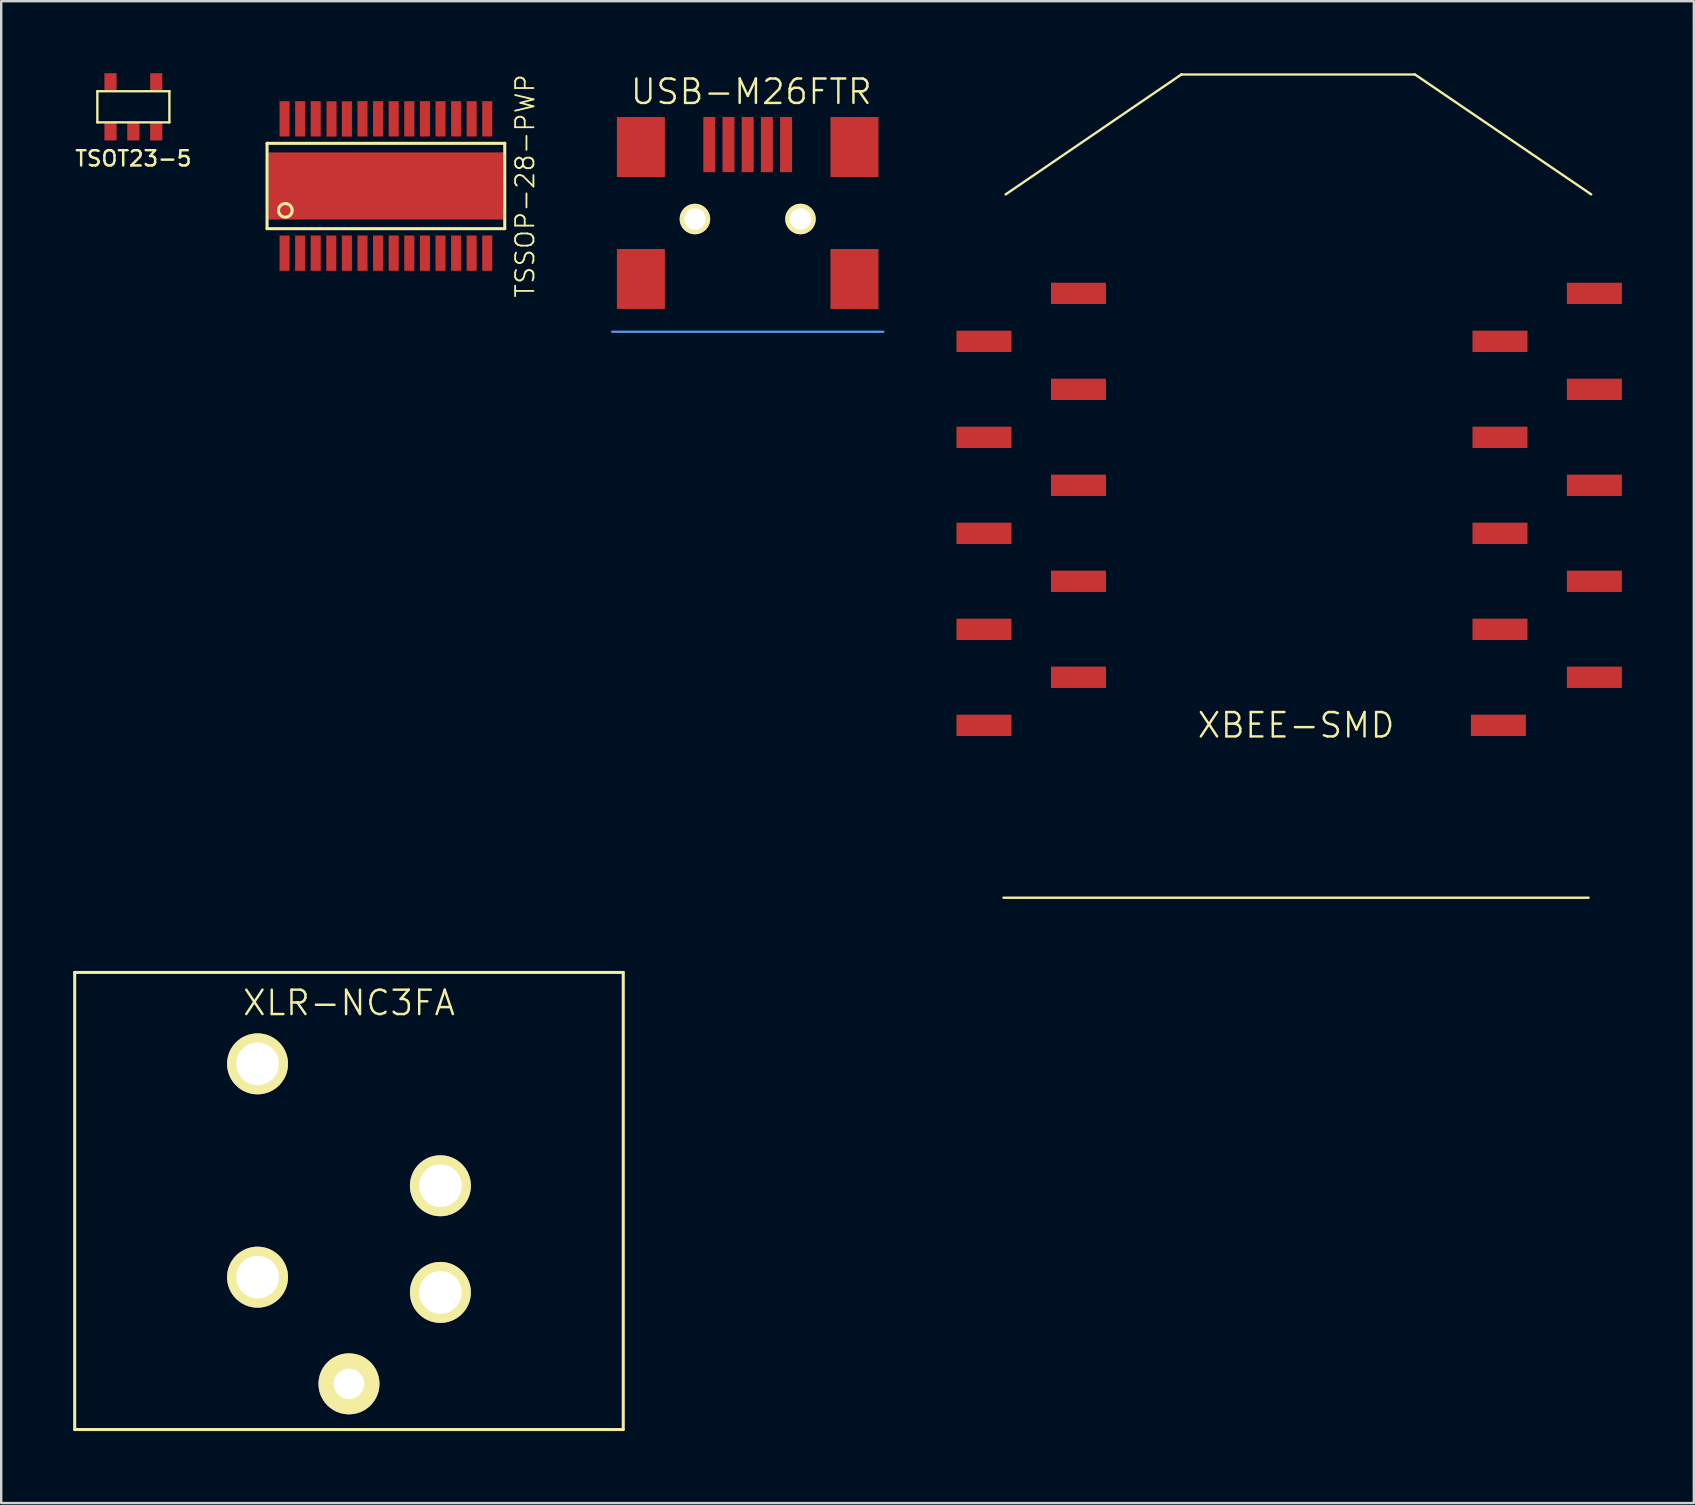
<source format=kicad_pcb>
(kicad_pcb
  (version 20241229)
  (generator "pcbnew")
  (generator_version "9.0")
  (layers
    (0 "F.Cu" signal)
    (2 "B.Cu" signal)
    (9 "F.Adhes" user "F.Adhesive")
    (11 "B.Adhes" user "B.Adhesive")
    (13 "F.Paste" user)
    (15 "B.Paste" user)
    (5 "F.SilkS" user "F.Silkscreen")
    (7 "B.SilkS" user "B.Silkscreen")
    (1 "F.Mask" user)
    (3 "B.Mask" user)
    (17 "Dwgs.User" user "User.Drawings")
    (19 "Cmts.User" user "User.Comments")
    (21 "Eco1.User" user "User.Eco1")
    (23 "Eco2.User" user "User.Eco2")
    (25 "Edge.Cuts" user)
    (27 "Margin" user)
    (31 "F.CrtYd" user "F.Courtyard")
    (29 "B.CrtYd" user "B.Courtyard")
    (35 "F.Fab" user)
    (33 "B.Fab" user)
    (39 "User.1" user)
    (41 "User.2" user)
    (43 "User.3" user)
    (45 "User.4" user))
  (footprint "XBEE-SMD"
    (layer "F.Cu")
    (at 50.961 18.175)
    (property "Reference" "XBEE-SMD" (at 0 8.999 0) (layer "F.SilkS") (effects (font (size 1.016 1.016) (thickness 0.102))))
    (attr smd)
    (fp_line (start -12.192 16.187) (end 12.192 16.187) (stroke (width 0.099) (type solid)) (layer "F.SilkS"))
    (fp_line (start -12.101 -13.124) (end -4.775 -18.125) (stroke (width 0.099) (type solid)) (layer "F.SilkS"))
    (fp_line (start 4.943 -18.12) (end -4.79 -18.12) (stroke (width 0.099) (type solid)) (layer "F.SilkS"))
    (fp_line (start 12.301 -13.124) (end 4.95 -18.125) (stroke (width 0.099) (type solid)) (layer "F.SilkS"))
    (pad "1" smd rect (at -9.068 -8.999 270) (size 0.889 2.291) (layers "F.Cu" "F.Mask" "F.Paste"))
    (pad "2" smd rect (at -13.005 -7 270) (size 0.889 2.291) (layers "F.Cu" "F.Mask" "F.Paste"))
    (pad "3" smd rect (at -9.068 -4.999 270) (size 0.889 2.291) (layers "F.Cu" "F.Mask" "F.Paste"))
    (pad "4" smd rect (at -13.005 -3 270) (size 0.889 2.291) (layers "F.Cu" "F.Mask" "F.Paste"))
    (pad "5" smd rect (at -9.068 -1.001 270) (size 0.889 2.291) (layers "F.Cu" "F.Mask" "F.Paste"))
    (pad "6" smd rect (at -13.005 1.001 270) (size 0.889 2.291) (layers "F.Cu" "F.Mask" "F.Paste"))
    (pad "7" smd rect (at -9.068 3 270) (size 0.889 2.291) (layers "F.Cu" "F.Mask" "F.Paste"))
    (pad "8" smd rect (at -13.005 5.001 270) (size 0.889 2.291) (layers "F.Cu" "F.Mask" "F.Paste"))
    (pad "9" smd rect (at -9.068 7 270) (size 0.889 2.291) (layers "F.Cu" "F.Mask" "F.Paste"))
    (pad "10" smd rect (at -13.005 9.002 270) (size 0.889 2.291) (layers "F.Cu" "F.Mask" "F.Paste"))
    (pad "11" smd rect (at 8.433 9.002 270) (size 0.889 2.291) (layers "F.Cu" "F.Mask" "F.Paste"))
    (pad "12" smd rect (at 12.433 7 270) (size 0.889 2.291) (layers "F.Cu" "F.Mask" "F.Paste"))
    (pad "13" smd rect (at 8.499 5.001 270) (size 0.889 2.291) (layers "F.Cu" "F.Mask" "F.Paste"))
    (pad "14" smd rect (at 12.433 3 270) (size 0.889 2.291) (layers "F.Cu" "F.Mask" "F.Paste"))
    (pad "15" smd rect (at 8.499 1.001 270) (size 0.889 2.291) (layers "F.Cu" "F.Mask" "F.Paste"))
    (pad "16" smd rect (at 12.433 -1.001 270) (size 0.889 2.291) (layers "F.Cu" "F.Mask" "F.Paste"))
    (pad "17" smd rect (at 8.499 -3 270) (size 0.889 2.291) (layers "F.Cu" "F.Mask" "F.Paste"))
    (pad "18" smd rect (at 12.433 -4.999 270) (size 0.889 2.291) (layers "F.Cu" "F.Mask" "F.Paste"))
    (pad "19" smd rect (at 8.499 -7 270) (size 0.889 2.291) (layers "F.Cu" "F.Mask" "F.Paste"))
    (pad "20" smd rect (at 12.433 -8.999 270) (size 0.889 2.291) (layers "F.Cu" "F.Mask" "F.Paste")))
  (footprint "USB-M26FTR"
    (layer "F.Cu")
    (at 28.16 6.074)
    (property "Reference" "USB-M26FTR" (at 0.099 -5.301 0) (layer "F.SilkS") (effects (font (size 1.016 1.016) (thickness 0.102))))
    (attr through_hole)
    (fp_line (start -5.7 4.702) (end 5.601 4.702) (stroke (width 0.099) (type solid)) (layer "Cmts.User"))
    (pad "" smd rect (at -4.501 -2.997) (size 1.999 2.499) (layers "F.Cu" "F.Mask" "F.Paste"))
    (pad "" smd rect (at -4.501 2.502) (size 1.999 2.499) (layers "F.Cu" "F.Mask" "F.Paste"))
    (pad "" thru_hole circle (at -2.25 0.003) (size 1.27 1.27) (drill 0.899) (layers "*.Cu" "*.Mask" "F.SilkS"))
    (pad "" thru_hole circle (at 2.149 0.003) (size 1.27 1.27) (drill 0.899) (layers "*.Cu" "*.Mask" "F.SilkS"))
    (pad "" smd rect (at 4.399 -2.997) (size 1.999 2.499) (layers "F.Cu" "F.Mask" "F.Paste"))
    (pad "" smd rect (at 4.399 2.502) (size 1.999 2.499) (layers "F.Cu" "F.Mask" "F.Paste"))
    (pad "1" smd rect (at -1.651 -3.099) (size 0.5 2.301) (layers "F.Cu" "F.Mask" "F.Paste"))
    (pad "2" smd rect (at -0.851 -3.099) (size 0.5 2.301) (layers "F.Cu" "F.Mask" "F.Paste"))
    (pad "3" smd rect (at -0.051 -3.099) (size 0.5 2.301) (layers "F.Cu" "F.Mask" "F.Paste"))
    (pad "4" smd rect (at 0.749 -3.099) (size 0.5 2.301) (layers "F.Cu" "F.Mask" "F.Paste"))
    (pad "5" smd rect (at 1.549 -3.099) (size 0.5 2.301) (layers "F.Cu" "F.Mask" "F.Paste")))
  (footprint "TSSOP-28-PWP"
    (layer "F.Cu")
    (at 13.032 4.701)
    (property "Reference" "TSSOP-28-PWP" (at 5.799 0 90) (layer "F.SilkS") (effects (font (size 0.762 0.762) (thickness 0.076))))
    (attr through_hole)
    (fp_line (start -4.953 -1.778) (end -4.953 1.778) (stroke (width 0.127) (type solid)) (layer "F.SilkS"))
    (fp_line (start -4.953 1.778) (end 4.953 1.778) (stroke (width 0.127) (type solid)) (layer "F.SilkS"))
    (fp_line (start 4.953 -1.778) (end -4.953 -1.778) (stroke (width 0.127) (type solid)) (layer "F.SilkS"))
    (fp_line (start 4.953 -1.778) (end 4.953 1.778) (stroke (width 0.127) (type solid)) (layer "F.SilkS"))
    (fp_circle (center -4.191 1.016) (end -4.318 1.27) (stroke (width 0.127) (type solid)) (fill no) (layer "F.SilkS"))
    (pad "" smd rect (at 0 0) (size 9.799 2.799) (layers "F.Cu" "F.Mask" "F.Paste"))
    (pad "1" smd rect (at -4.224 2.799) (size 0.419 1.471) (layers "F.Cu" "F.Mask" "F.Paste"))
    (pad "2" smd rect (at -3.574 2.799) (size 0.419 1.471) (layers "F.Cu" "F.Mask" "F.Paste"))
    (pad "3" smd rect (at -2.926 2.799) (size 0.419 1.471) (layers "F.Cu" "F.Mask" "F.Paste"))
    (pad "4" smd rect (at -2.276 2.799) (size 0.419 1.471) (layers "F.Cu" "F.Mask" "F.Paste"))
    (pad "5" smd rect (at -1.626 2.799) (size 0.419 1.471) (layers "F.Cu" "F.Mask" "F.Paste"))
    (pad "6" smd rect (at -0.975 2.799) (size 0.419 1.471) (layers "F.Cu" "F.Mask" "F.Paste"))
    (pad "7" smd rect (at -0.325 2.799) (size 0.419 1.471) (layers "F.Cu" "F.Mask" "F.Paste"))
    (pad "8" smd rect (at 0.325 2.799) (size 0.419 1.471) (layers "F.Cu" "F.Mask" "F.Paste"))
    (pad "9" smd rect (at 0.975 2.799) (size 0.419 1.471) (layers "F.Cu" "F.Mask" "F.Paste"))
    (pad "10" smd rect (at 1.626 2.799) (size 0.419 1.471) (layers "F.Cu" "F.Mask" "F.Paste"))
    (pad "11" smd rect (at 2.276 2.799) (size 0.419 1.471) (layers "F.Cu" "F.Mask" "F.Paste"))
    (pad "12" smd rect (at 2.926 2.799) (size 0.419 1.471) (layers "F.Cu" "F.Mask" "F.Paste"))
    (pad "13" smd rect (at 3.574 2.799) (size 0.419 1.471) (layers "F.Cu" "F.Mask" "F.Paste"))
    (pad "14" smd rect (at 4.224 2.799) (size 0.419 1.471) (layers "F.Cu" "F.Mask" "F.Paste"))
    (pad "15" smd rect (at 4.224 -2.799) (size 0.419 1.471) (layers "F.Cu" "F.Mask" "F.Paste"))
    (pad "16" smd rect (at 3.574 -2.799) (size 0.419 1.471) (layers "F.Cu" "F.Mask" "F.Paste"))
    (pad "17" smd rect (at 2.926 -2.799) (size 0.419 1.471) (layers "F.Cu" "F.Mask" "F.Paste"))
    (pad "18" smd rect (at 2.276 -2.799) (size 0.419 1.471) (layers "F.Cu" "F.Mask" "F.Paste"))
    (pad "19" smd rect (at 1.626 -2.799) (size 0.419 1.471) (layers "F.Cu" "F.Mask" "F.Paste"))
    (pad "20" smd rect (at 0.975 -2.799) (size 0.419 1.471) (layers "F.Cu" "F.Mask" "F.Paste"))
    (pad "21" smd rect (at 0.325 -2.799) (size 0.419 1.471) (layers "F.Cu" "F.Mask" "F.Paste"))
    (pad "22" smd rect (at -0.325 -2.799) (size 0.419 1.471) (layers "F.Cu" "F.Mask" "F.Paste"))
    (pad "23" smd rect (at -0.975 -2.799) (size 0.419 1.471) (layers "F.Cu" "F.Mask" "F.Paste"))
    (pad "24" smd rect (at -1.626 -2.794) (size 0.419 1.471) (layers "F.Cu" "F.Mask" "F.Paste"))
    (pad "25" smd rect (at -2.266 -2.794) (size 0.419 1.471) (layers "F.Cu" "F.Mask" "F.Paste"))
    (pad "26" smd rect (at -2.926 -2.799) (size 0.419 1.471) (layers "F.Cu" "F.Mask" "F.Paste"))
    (pad "27" smd rect (at -3.574 -2.799) (size 0.419 1.471) (layers "F.Cu" "F.Mask" "F.Paste"))
    (pad "28" smd rect (at -4.224 -2.799) (size 0.419 1.471) (layers "F.Cu" "F.Mask" "F.Paste")))
  (footprint "TSOT23-5"
    (layer "F.Cu")
    (at 2.508 1.651)
    (property "Reference" "TSOT23-5" (at 0 1.905 0) (layer "F.SilkS") (effects (font (size 0.635 0.635) (thickness 0.102))))
    (attr smd)
    (fp_line (start -1.501 -0.899) (end 1.501 -0.899) (stroke (width 0.099) (type solid)) (layer "F.SilkS"))
    (fp_line (start -1.501 0.399) (end -1.501 -0.899) (stroke (width 0.099) (type solid)) (layer "F.SilkS"))
    (fp_line (start 1.501 -0.899) (end 1.501 0.399) (stroke (width 0.099) (type solid)) (layer "F.SilkS"))
    (fp_line (start 1.501 0.399) (end -1.501 0.399) (stroke (width 0.099) (type solid)) (layer "F.SilkS"))
    (pad "1" smd rect (at -0.953 0.77) (size 0.508 0.762) (layers "F.Cu" "F.Mask" "F.Paste"))
    (pad "2" smd rect (at 0 0.77) (size 0.508 0.762) (layers "F.Cu" "F.Mask" "F.Paste"))
    (pad "3" smd rect (at 0.953 0.77) (size 0.508 0.762) (layers "F.Cu" "F.Mask" "F.Paste"))
    (pad "4" smd rect (at 0.953 -1.27) (size 0.508 0.762) (layers "F.Cu" "F.Mask" "F.Paste"))
    (pad "5" smd rect (at -0.953 -1.27) (size 0.508 0.762) (layers "F.Cu" "F.Mask" "F.Paste")))
  (footprint "XLR-NC3FA"
    (layer "F.Cu")
    (at 11.493 47)
    (property "Reference" "XLR-NC3FA" (at 0 -8.255 0) (layer "F.SilkS") (effects (font (size 1.016 1.016) (thickness 0.102))))
    (attr through_hole)
    (fp_line (start -11.43 -9.525) (end -11.43 9.525) (stroke (width 0.127) (type solid)) (layer "F.SilkS"))
    (fp_line (start -11.43 -9.525) (end 11.43 -9.525) (stroke (width 0.127) (type solid)) (layer "F.SilkS"))
    (fp_line (start -11.43 9.525) (end 11.43 9.525) (stroke (width 0.127) (type solid)) (layer "F.SilkS"))
    (fp_line (start 11.43 9.525) (end 11.43 -9.525) (stroke (width 0.127) (type solid)) (layer "F.SilkS"))
    (pad "1" thru_hole circle (at -3.81 3.175) (size 2.54 2.54) (drill 1.778) (layers "*.Cu" "*.Mask" "F.SilkS"))
    (pad "2" thru_hole circle (at 3.81 3.81) (size 2.54 2.54) (drill 1.778) (layers "*.Cu" "*.Mask" "F.SilkS"))
    (pad "3" thru_hole circle (at 0 7.62) (size 2.54 2.54) (drill 1.27) (layers "*.Cu" "*.Mask" "F.SilkS"))
    (pad "Hole" thru_hole circle (at -3.81 -5.715) (size 2.54 2.54) (drill 1.778) (layers "*.Cu" "*.Mask" "F.SilkS"))
    (pad "Hole" thru_hole circle (at 3.81 -0.635) (size 2.54 2.54) (drill 1.778) (layers "*.Cu" "*.Mask" "F.SilkS")))
  (gr_rect
    (start -3 -3)
    (end 67.539 59.589)
    (stroke (width 0.1) (type default))
    (fill no)
    (layer "Edge.Cuts")))
</source>
